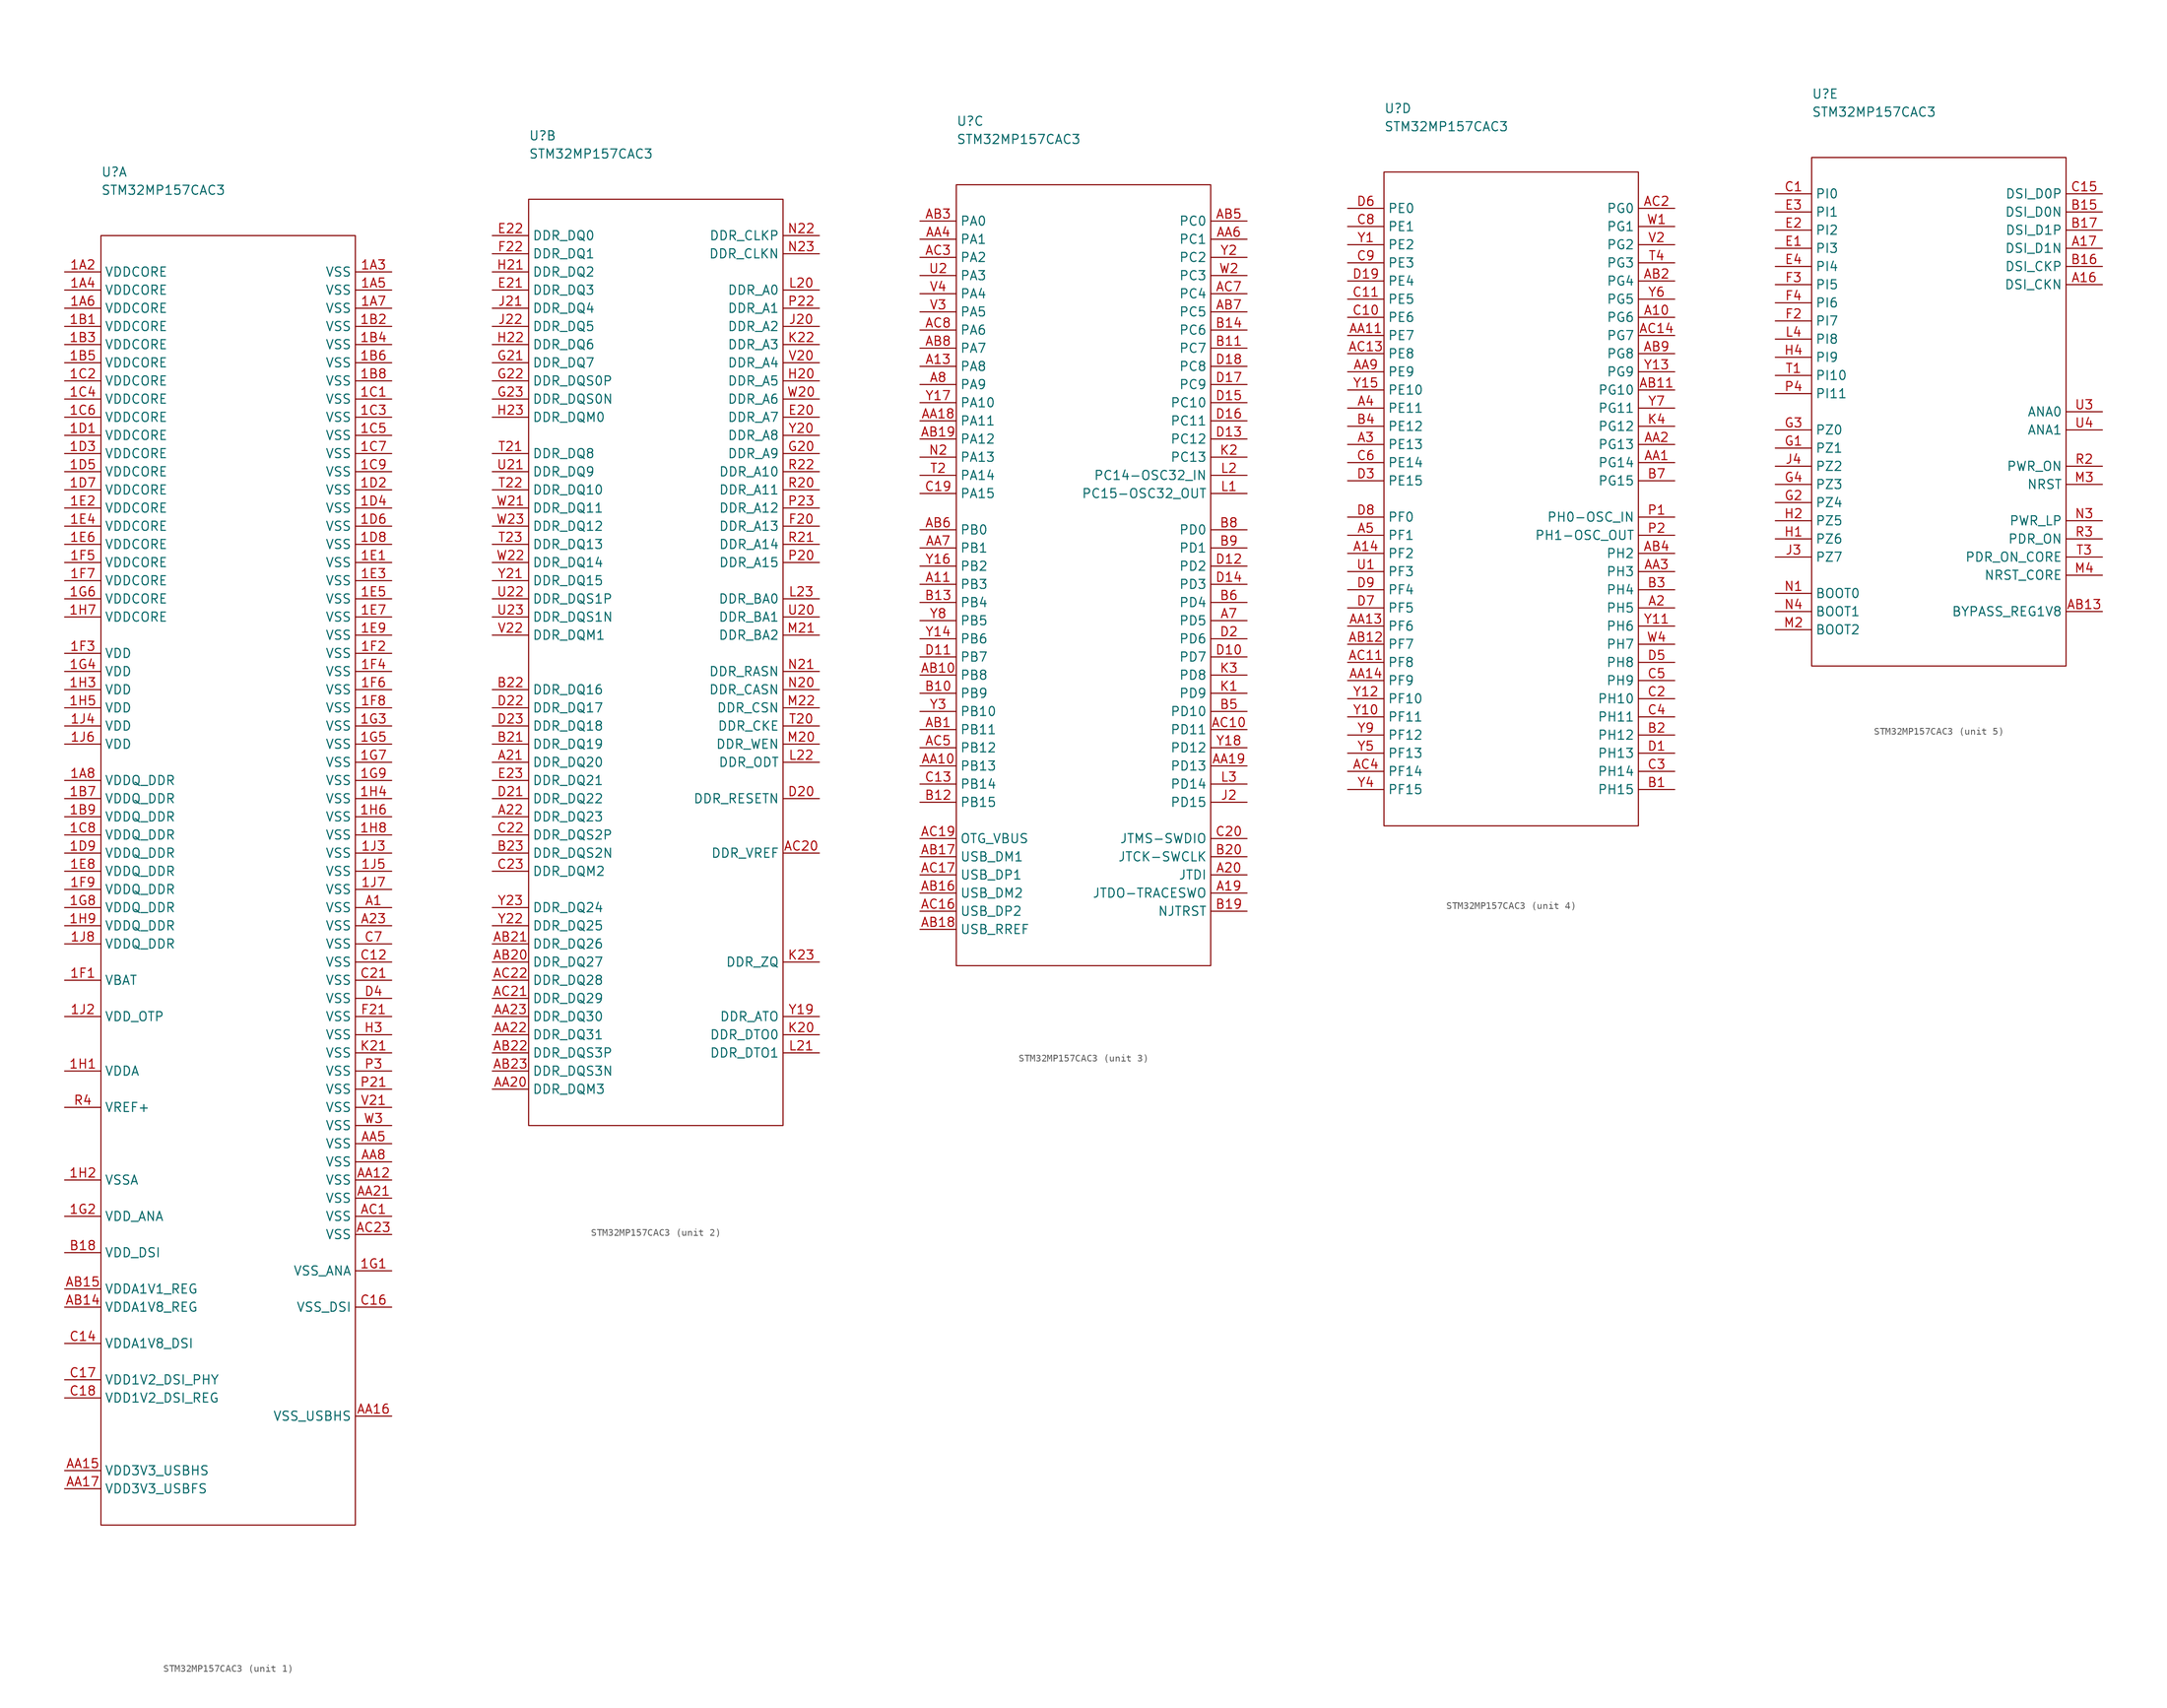
<source format=kicad_sym>
(kicad_symbol_lib
  (version 20211014)
  (generator kicad_symbol_editor)
  (symbol "STM32MP157CAC3"
    (property "Reference" "U"
      (at 0 8.89 0)
      (effects (font (size 1.27 1.27)) (justify left)))
    (property "Value" "STM32MP157CAC3"
      (at 0 6.35 0)
      (effects (font (size 1.27 1.27)) (justify left)))
    (symbol "STM32MP157CAC3_1_1"
      (rectangle (start 0 0) (end 35.56 -180.34) (stroke (width 0.152) (type default) (color 0 0 0 0)) (fill (type none)))
      (pin passive line (at -5.08 -5.08 0) (length 5.08) (name "VDDCORE" (effects (font (size 1.27 1.27)))) (number "1A2" (effects (font (size 1.27 1.27)))))
      (pin passive line (at 40.64 -5.08 180) (length 5.08) (name "VSS" (effects (font (size 1.27 1.27)))) (number "1A3" (effects (font (size 1.27 1.27)))))
      (pin passive line (at -5.08 -7.62 0) (length 5.08) (name "VDDCORE" (effects (font (size 1.27 1.27)))) (number "1A4" (effects (font (size 1.27 1.27)))))
      (pin passive line (at 40.64 -7.62 180) (length 5.08) (name "VSS" (effects (font (size 1.27 1.27)))) (number "1A5" (effects (font (size 1.27 1.27)))))
      (pin passive line (at -5.08 -10.16 0) (length 5.08) (name "VDDCORE" (effects (font (size 1.27 1.27)))) (number "1A6" (effects (font (size 1.27 1.27)))))
      (pin passive line (at 40.64 -10.16 180) (length 5.08) (name "VSS" (effects (font (size 1.27 1.27)))) (number "1A7" (effects (font (size 1.27 1.27)))))
      (pin passive line (at -5.08 -76.2 0) (length 5.08) (name "VDDQ_DDR" (effects (font (size 1.27 1.27)))) (number "1A8" (effects (font (size 1.27 1.27)))))
      (pin passive line (at -5.08 -12.7 0) (length 5.08) (name "VDDCORE" (effects (font (size 1.27 1.27)))) (number "1B1" (effects (font (size 1.27 1.27)))))
      (pin passive line (at 40.64 -12.7 180) (length 5.08) (name "VSS" (effects (font (size 1.27 1.27)))) (number "1B2" (effects (font (size 1.27 1.27)))))
      (pin passive line (at -5.08 -15.24 0) (length 5.08) (name "VDDCORE" (effects (font (size 1.27 1.27)))) (number "1B3" (effects (font (size 1.27 1.27)))))
      (pin passive line (at 40.64 -15.24 180) (length 5.08) (name "VSS" (effects (font (size 1.27 1.27)))) (number "1B4" (effects (font (size 1.27 1.27)))))
      (pin passive line (at -5.08 -17.78 0) (length 5.08) (name "VDDCORE" (effects (font (size 1.27 1.27)))) (number "1B5" (effects (font (size 1.27 1.27)))))
      (pin passive line (at 40.64 -17.78 180) (length 5.08) (name "VSS" (effects (font (size 1.27 1.27)))) (number "1B6" (effects (font (size 1.27 1.27)))))
      (pin passive line (at -5.08 -78.74 0) (length 5.08) (name "VDDQ_DDR" (effects (font (size 1.27 1.27)))) (number "1B7" (effects (font (size 1.27 1.27)))))
      (pin passive line (at 40.64 -20.32 180) (length 5.08) (name "VSS" (effects (font (size 1.27 1.27)))) (number "1B8" (effects (font (size 1.27 1.27)))))
      (pin passive line (at -5.08 -81.28 0) (length 5.08) (name "VDDQ_DDR" (effects (font (size 1.27 1.27)))) (number "1B9" (effects (font (size 1.27 1.27)))))
      (pin passive line (at 40.64 -22.86 180) (length 5.08) (name "VSS" (effects (font (size 1.27 1.27)))) (number "1C1" (effects (font (size 1.27 1.27)))))
      (pin passive line (at -5.08 -20.32 0) (length 5.08) (name "VDDCORE" (effects (font (size 1.27 1.27)))) (number "1C2" (effects (font (size 1.27 1.27)))))
      (pin passive line (at 40.64 -25.4 180) (length 5.08) (name "VSS" (effects (font (size 1.27 1.27)))) (number "1C3" (effects (font (size 1.27 1.27)))))
      (pin passive line (at -5.08 -22.86 0) (length 5.08) (name "VDDCORE" (effects (font (size 1.27 1.27)))) (number "1C4" (effects (font (size 1.27 1.27)))))
      (pin passive line (at 40.64 -27.94 180) (length 5.08) (name "VSS" (effects (font (size 1.27 1.27)))) (number "1C5" (effects (font (size 1.27 1.27)))))
      (pin passive line (at -5.08 -25.4 0) (length 5.08) (name "VDDCORE" (effects (font (size 1.27 1.27)))) (number "1C6" (effects (font (size 1.27 1.27)))))
      (pin passive line (at 40.64 -30.48 180) (length 5.08) (name "VSS" (effects (font (size 1.27 1.27)))) (number "1C7" (effects (font (size 1.27 1.27)))))
      (pin passive line (at -5.08 -83.82 0) (length 5.08) (name "VDDQ_DDR" (effects (font (size 1.27 1.27)))) (number "1C8" (effects (font (size 1.27 1.27)))))
      (pin passive line (at 40.64 -33.02 180) (length 5.08) (name "VSS" (effects (font (size 1.27 1.27)))) (number "1C9" (effects (font (size 1.27 1.27)))))
      (pin passive line (at -5.08 -27.94 0) (length 5.08) (name "VDDCORE" (effects (font (size 1.27 1.27)))) (number "1D1" (effects (font (size 1.27 1.27)))))
      (pin passive line (at 40.64 -35.56 180) (length 5.08) (name "VSS" (effects (font (size 1.27 1.27)))) (number "1D2" (effects (font (size 1.27 1.27)))))
      (pin passive line (at -5.08 -30.48 0) (length 5.08) (name "VDDCORE" (effects (font (size 1.27 1.27)))) (number "1D3" (effects (font (size 1.27 1.27)))))
      (pin passive line (at 40.64 -38.1 180) (length 5.08) (name "VSS" (effects (font (size 1.27 1.27)))) (number "1D4" (effects (font (size 1.27 1.27)))))
      (pin passive line (at -5.08 -33.02 0) (length 5.08) (name "VDDCORE" (effects (font (size 1.27 1.27)))) (number "1D5" (effects (font (size 1.27 1.27)))))
      (pin passive line (at 40.64 -40.64 180) (length 5.08) (name "VSS" (effects (font (size 1.27 1.27)))) (number "1D6" (effects (font (size 1.27 1.27)))))
      (pin passive line (at -5.08 -35.56 0) (length 5.08) (name "VDDCORE" (effects (font (size 1.27 1.27)))) (number "1D7" (effects (font (size 1.27 1.27)))))
      (pin passive line (at 40.64 -43.18 180) (length 5.08) (name "VSS" (effects (font (size 1.27 1.27)))) (number "1D8" (effects (font (size 1.27 1.27)))))
      (pin passive line (at -5.08 -86.36 0) (length 5.08) (name "VDDQ_DDR" (effects (font (size 1.27 1.27)))) (number "1D9" (effects (font (size 1.27 1.27)))))
      (pin passive line (at 40.64 -45.72 180) (length 5.08) (name "VSS" (effects (font (size 1.27 1.27)))) (number "1E1" (effects (font (size 1.27 1.27)))))
      (pin passive line (at -5.08 -38.1 0) (length 5.08) (name "VDDCORE" (effects (font (size 1.27 1.27)))) (number "1E2" (effects (font (size 1.27 1.27)))))
      (pin passive line (at 40.64 -48.26 180) (length 5.08) (name "VSS" (effects (font (size 1.27 1.27)))) (number "1E3" (effects (font (size 1.27 1.27)))))
      (pin passive line (at -5.08 -40.64 0) (length 5.08) (name "VDDCORE" (effects (font (size 1.27 1.27)))) (number "1E4" (effects (font (size 1.27 1.27)))))
      (pin passive line (at 40.64 -50.8 180) (length 5.08) (name "VSS" (effects (font (size 1.27 1.27)))) (number "1E5" (effects (font (size 1.27 1.27)))))
      (pin passive line (at -5.08 -43.18 0) (length 5.08) (name "VDDCORE" (effects (font (size 1.27 1.27)))) (number "1E6" (effects (font (size 1.27 1.27)))))
      (pin passive line (at 40.64 -53.34 180) (length 5.08) (name "VSS" (effects (font (size 1.27 1.27)))) (number "1E7" (effects (font (size 1.27 1.27)))))
      (pin passive line (at -5.08 -88.9 0) (length 5.08) (name "VDDQ_DDR" (effects (font (size 1.27 1.27)))) (number "1E8" (effects (font (size 1.27 1.27)))))
      (pin passive line (at 40.64 -55.88 180) (length 5.08) (name "VSS" (effects (font (size 1.27 1.27)))) (number "1E9" (effects (font (size 1.27 1.27)))))
      (pin passive line (at -5.08 -104.14 0) (length 5.08) (name "VBAT" (effects (font (size 1.27 1.27)))) (number "1F1" (effects (font (size 1.27 1.27)))))
      (pin passive line (at 40.64 -58.42 180) (length 5.08) (name "VSS" (effects (font (size 1.27 1.27)))) (number "1F2" (effects (font (size 1.27 1.27)))))
      (pin passive line (at -5.08 -58.42 0) (length 5.08) (name "VDD" (effects (font (size 1.27 1.27)))) (number "1F3" (effects (font (size 1.27 1.27)))))
      (pin passive line (at 40.64 -60.96 180) (length 5.08) (name "VSS" (effects (font (size 1.27 1.27)))) (number "1F4" (effects (font (size 1.27 1.27)))))
      (pin passive line (at -5.08 -45.72 0) (length 5.08) (name "VDDCORE" (effects (font (size 1.27 1.27)))) (number "1F5" (effects (font (size 1.27 1.27)))))
      (pin passive line (at 40.64 -63.5 180) (length 5.08) (name "VSS" (effects (font (size 1.27 1.27)))) (number "1F6" (effects (font (size 1.27 1.27)))))
      (pin passive line (at -5.08 -48.26 0) (length 5.08) (name "VDDCORE" (effects (font (size 1.27 1.27)))) (number "1F7" (effects (font (size 1.27 1.27)))))
      (pin passive line (at 40.64 -66.04 180) (length 5.08) (name "VSS" (effects (font (size 1.27 1.27)))) (number "1F8" (effects (font (size 1.27 1.27)))))
      (pin passive line (at -5.08 -91.44 0) (length 5.08) (name "VDDQ_DDR" (effects (font (size 1.27 1.27)))) (number "1F9" (effects (font (size 1.27 1.27)))))
      (pin passive line (at 40.64 -144.78 180) (length 5.08) (name "VSS_ANA" (effects (font (size 1.27 1.27)))) (number "1G1" (effects (font (size 1.27 1.27)))))
      (pin passive line (at -5.08 -137.16 0) (length 5.08) (name "VDD_ANA" (effects (font (size 1.27 1.27)))) (number "1G2" (effects (font (size 1.27 1.27)))))
      (pin passive line (at 40.64 -68.58 180) (length 5.08) (name "VSS" (effects (font (size 1.27 1.27)))) (number "1G3" (effects (font (size 1.27 1.27)))))
      (pin passive line (at -5.08 -60.96 0) (length 5.08) (name "VDD" (effects (font (size 1.27 1.27)))) (number "1G4" (effects (font (size 1.27 1.27)))))
      (pin passive line (at 40.64 -71.12 180) (length 5.08) (name "VSS" (effects (font (size 1.27 1.27)))) (number "1G5" (effects (font (size 1.27 1.27)))))
      (pin passive line (at -5.08 -50.8 0) (length 5.08) (name "VDDCORE" (effects (font (size 1.27 1.27)))) (number "1G6" (effects (font (size 1.27 1.27)))))
      (pin passive line (at 40.64 -73.66 180) (length 5.08) (name "VSS" (effects (font (size 1.27 1.27)))) (number "1G7" (effects (font (size 1.27 1.27)))))
      (pin passive line (at -5.08 -93.98 0) (length 5.08) (name "VDDQ_DDR" (effects (font (size 1.27 1.27)))) (number "1G8" (effects (font (size 1.27 1.27)))))
      (pin passive line (at 40.64 -76.2 180) (length 5.08) (name "VSS" (effects (font (size 1.27 1.27)))) (number "1G9" (effects (font (size 1.27 1.27)))))
      (pin passive line (at -5.08 -116.84 0) (length 5.08) (name "VDDA" (effects (font (size 1.27 1.27)))) (number "1H1" (effects (font (size 1.27 1.27)))))
      (pin passive line (at -5.08 -132.08 0) (length 5.08) (name "VSSA" (effects (font (size 1.27 1.27)))) (number "1H2" (effects (font (size 1.27 1.27)))))
      (pin passive line (at -5.08 -63.5 0) (length 5.08) (name "VDD" (effects (font (size 1.27 1.27)))) (number "1H3" (effects (font (size 1.27 1.27)))))
      (pin passive line (at 40.64 -78.74 180) (length 5.08) (name "VSS" (effects (font (size 1.27 1.27)))) (number "1H4" (effects (font (size 1.27 1.27)))))
      (pin passive line (at -5.08 -66.04 0) (length 5.08) (name "VDD" (effects (font (size 1.27 1.27)))) (number "1H5" (effects (font (size 1.27 1.27)))))
      (pin passive line (at 40.64 -81.28 180) (length 5.08) (name "VSS" (effects (font (size 1.27 1.27)))) (number "1H6" (effects (font (size 1.27 1.27)))))
      (pin passive line (at -5.08 -53.34 0) (length 5.08) (name "VDDCORE" (effects (font (size 1.27 1.27)))) (number "1H7" (effects (font (size 1.27 1.27)))))
      (pin passive line (at 40.64 -83.82 180) (length 5.08) (name "VSS" (effects (font (size 1.27 1.27)))) (number "1H8" (effects (font (size 1.27 1.27)))))
      (pin passive line (at -5.08 -96.52 0) (length 5.08) (name "VDDQ_DDR" (effects (font (size 1.27 1.27)))) (number "1H9" (effects (font (size 1.27 1.27)))))
      (pin passive line (at -5.08 -109.22 0) (length 5.08) (name "VDD_OTP" (effects (font (size 1.27 1.27)))) (number "1J2" (effects (font (size 1.27 1.27)))))
      (pin passive line (at 40.64 -86.36 180) (length 5.08) (name "VSS" (effects (font (size 1.27 1.27)))) (number "1J3" (effects (font (size 1.27 1.27)))))
      (pin passive line (at -5.08 -68.58 0) (length 5.08) (name "VDD" (effects (font (size 1.27 1.27)))) (number "1J4" (effects (font (size 1.27 1.27)))))
      (pin passive line (at 40.64 -88.9 180) (length 5.08) (name "VSS" (effects (font (size 1.27 1.27)))) (number "1J5" (effects (font (size 1.27 1.27)))))
      (pin passive line (at -5.08 -71.12 0) (length 5.08) (name "VDD" (effects (font (size 1.27 1.27)))) (number "1J6" (effects (font (size 1.27 1.27)))))
      (pin passive line (at 40.64 -91.44 180) (length 5.08) (name "VSS" (effects (font (size 1.27 1.27)))) (number "1J7" (effects (font (size 1.27 1.27)))))
      (pin passive line (at -5.08 -99.06 0) (length 5.08) (name "VDDQ_DDR" (effects (font (size 1.27 1.27)))) (number "1J8" (effects (font (size 1.27 1.27)))))
      (pin passive line (at 40.64 -93.98 180) (length 5.08) (name "VSS" (effects (font (size 1.27 1.27)))) (number "A1" (effects (font (size 1.27 1.27)))))
      (pin passive line (at 40.64 -96.52 180) (length 5.08) (name "VSS" (effects (font (size 1.27 1.27)))) (number "A23" (effects (font (size 1.27 1.27)))))
      (pin passive line (at 40.64 -132.08 180) (length 5.08) (name "VSS" (effects (font (size 1.27 1.27)))) (number "AA12" (effects (font (size 1.27 1.27)))))
      (pin passive line (at -5.08 -172.72 0) (length 5.08) (name "VDD3V3_USBHS" (effects (font (size 1.27 1.27)))) (number "AA15" (effects (font (size 1.27 1.27)))))
      (pin passive line (at 40.64 -165.1 180) (length 5.08) (name "VSS_USBHS" (effects (font (size 1.27 1.27)))) (number "AA16" (effects (font (size 1.27 1.27)))))
      (pin passive line (at -5.08 -175.26 0) (length 5.08) (name "VDD3V3_USBFS" (effects (font (size 1.27 1.27)))) (number "AA17" (effects (font (size 1.27 1.27)))))
      (pin passive line (at 40.64 -134.62 180) (length 5.08) (name "VSS" (effects (font (size 1.27 1.27)))) (number "AA21" (effects (font (size 1.27 1.27)))))
      (pin passive line (at 40.64 -127 180) (length 5.08) (name "VSS" (effects (font (size 1.27 1.27)))) (number "AA5" (effects (font (size 1.27 1.27)))))
      (pin passive line (at 40.64 -129.54 180) (length 5.08) (name "VSS" (effects (font (size 1.27 1.27)))) (number "AA8" (effects (font (size 1.27 1.27)))))
      (pin passive line (at -5.08 -149.86 0) (length 5.08) (name "VDDA1V8_REG" (effects (font (size 1.27 1.27)))) (number "AB14" (effects (font (size 1.27 1.27)))))
      (pin passive line (at -5.08 -147.32 0) (length 5.08) (name "VDDA1V1_REG" (effects (font (size 1.27 1.27)))) (number "AB15" (effects (font (size 1.27 1.27)))))
      (pin passive line (at 40.64 -137.16 180) (length 5.08) (name "VSS" (effects (font (size 1.27 1.27)))) (number "AC1" (effects (font (size 1.27 1.27)))))
      (pin passive line (at 40.64 -139.7 180) (length 5.08) (name "VSS" (effects (font (size 1.27 1.27)))) (number "AC23" (effects (font (size 1.27 1.27)))))
      (pin passive line (at -5.08 -142.24 0) (length 5.08) (name "VDD_DSI" (effects (font (size 1.27 1.27)))) (number "B18" (effects (font (size 1.27 1.27)))))
      (pin passive line (at 40.64 -101.6 180) (length 5.08) (name "VSS" (effects (font (size 1.27 1.27)))) (number "C12" (effects (font (size 1.27 1.27)))))
      (pin passive line (at -5.08 -154.94 0) (length 5.08) (name "VDDA1V8_DSI" (effects (font (size 1.27 1.27)))) (number "C14" (effects (font (size 1.27 1.27)))))
      (pin passive line (at 40.64 -149.86 180) (length 5.08) (name "VSS_DSI" (effects (font (size 1.27 1.27)))) (number "C16" (effects (font (size 1.27 1.27)))))
      (pin passive line (at -5.08 -160.02 0) (length 5.08) (name "VDD1V2_DSI_PHY" (effects (font (size 1.27 1.27)))) (number "C17" (effects (font (size 1.27 1.27)))))
      (pin passive line (at -5.08 -162.56 0) (length 5.08) (name "VDD1V2_DSI_REG" (effects (font (size 1.27 1.27)))) (number "C18" (effects (font (size 1.27 1.27)))))
      (pin passive line (at 40.64 -104.14 180) (length 5.08) (name "VSS" (effects (font (size 1.27 1.27)))) (number "C21" (effects (font (size 1.27 1.27)))))
      (pin passive line (at 40.64 -99.06 180) (length 5.08) (name "VSS" (effects (font (size 1.27 1.27)))) (number "C7" (effects (font (size 1.27 1.27)))))
      (pin passive line (at 40.64 -106.68 180) (length 5.08) (name "VSS" (effects (font (size 1.27 1.27)))) (number "D4" (effects (font (size 1.27 1.27)))))
      (pin passive line (at 40.64 -109.22 180) (length 5.08) (name "VSS" (effects (font (size 1.27 1.27)))) (number "F21" (effects (font (size 1.27 1.27)))))
      (pin passive line (at 40.64 -111.76 180) (length 5.08) (name "VSS" (effects (font (size 1.27 1.27)))) (number "H3" (effects (font (size 1.27 1.27)))))
      (pin passive line (at 40.64 -114.3 180) (length 5.08) (name "VSS" (effects (font (size 1.27 1.27)))) (number "K21" (effects (font (size 1.27 1.27)))))
      (pin passive line (at 40.64 -119.38 180) (length 5.08) (name "VSS" (effects (font (size 1.27 1.27)))) (number "P21" (effects (font (size 1.27 1.27)))))
      (pin passive line (at 40.64 -116.84 180) (length 5.08) (name "VSS" (effects (font (size 1.27 1.27)))) (number "P3" (effects (font (size 1.27 1.27)))))
      (pin passive line (at -5.08 -121.92 0) (length 5.08) (name "VREF+" (effects (font (size 1.27 1.27)))) (number "R4" (effects (font (size 1.27 1.27)))))
      (pin passive line (at 40.64 -121.92 180) (length 5.08) (name "VSS" (effects (font (size 1.27 1.27)))) (number "V21" (effects (font (size 1.27 1.27)))))
      (pin passive line (at 40.64 -124.46 180) (length 5.08) (name "VSS" (effects (font (size 1.27 1.27)))) (number "W3" (effects (font (size 1.27 1.27))))))
    (symbol "STM32MP157CAC3_2_1"
      (rectangle (start 0 0) (end 35.56 -129.54) (stroke (width 0.152) (type default) (color 0 0 0 0)) (fill (type none)))
      (pin passive line (at -5.08 -78.74 0) (length 5.08) (name "DDR_DQ20" (effects (font (size 1.27 1.27)))) (number "A21" (effects (font (size 1.27 1.27)))))
      (pin passive line (at -5.08 -86.36 0) (length 5.08) (name "DDR_DQ23" (effects (font (size 1.27 1.27)))) (number "A22" (effects (font (size 1.27 1.27)))))
      (pin passive line (at -5.08 -124.46 0) (length 5.08) (name "DDR_DQM3" (effects (font (size 1.27 1.27)))) (number "AA20" (effects (font (size 1.27 1.27)))))
      (pin passive line (at -5.08 -116.84 0) (length 5.08) (name "DDR_DQ31" (effects (font (size 1.27 1.27)))) (number "AA22" (effects (font (size 1.27 1.27)))))
      (pin passive line (at -5.08 -114.3 0) (length 5.08) (name "DDR_DQ30" (effects (font (size 1.27 1.27)))) (number "AA23" (effects (font (size 1.27 1.27)))))
      (pin passive line (at -5.08 -106.68 0) (length 5.08) (name "DDR_DQ27" (effects (font (size 1.27 1.27)))) (number "AB20" (effects (font (size 1.27 1.27)))))
      (pin passive line (at -5.08 -104.14 0) (length 5.08) (name "DDR_DQ26" (effects (font (size 1.27 1.27)))) (number "AB21" (effects (font (size 1.27 1.27)))))
      (pin passive line (at -5.08 -119.38 0) (length 5.08) (name "DDR_DQS3P" (effects (font (size 1.27 1.27)))) (number "AB22" (effects (font (size 1.27 1.27)))))
      (pin passive line (at -5.08 -121.92 0) (length 5.08) (name "DDR_DQS3N" (effects (font (size 1.27 1.27)))) (number "AB23" (effects (font (size 1.27 1.27)))))
      (pin passive line (at 40.64 -91.44 180) (length 5.08) (name "DDR_VREF" (effects (font (size 1.27 1.27)))) (number "AC20" (effects (font (size 1.27 1.27)))))
      (pin passive line (at -5.08 -111.76 0) (length 5.08) (name "DDR_DQ29" (effects (font (size 1.27 1.27)))) (number "AC21" (effects (font (size 1.27 1.27)))))
      (pin passive line (at -5.08 -109.22 0) (length 5.08) (name "DDR_DQ28" (effects (font (size 1.27 1.27)))) (number "AC22" (effects (font (size 1.27 1.27)))))
      (pin passive line (at -5.08 -76.2 0) (length 5.08) (name "DDR_DQ19" (effects (font (size 1.27 1.27)))) (number "B21" (effects (font (size 1.27 1.27)))))
      (pin passive line (at -5.08 -68.58 0) (length 5.08) (name "DDR_DQ16" (effects (font (size 1.27 1.27)))) (number "B22" (effects (font (size 1.27 1.27)))))
      (pin passive line (at -5.08 -91.44 0) (length 5.08) (name "DDR_DQS2N" (effects (font (size 1.27 1.27)))) (number "B23" (effects (font (size 1.27 1.27)))))
      (pin passive line (at -5.08 -88.9 0) (length 5.08) (name "DDR_DQS2P" (effects (font (size 1.27 1.27)))) (number "C22" (effects (font (size 1.27 1.27)))))
      (pin passive line (at -5.08 -93.98 0) (length 5.08) (name "DDR_DQM2" (effects (font (size 1.27 1.27)))) (number "C23" (effects (font (size 1.27 1.27)))))
      (pin passive line (at 40.64 -83.82 180) (length 5.08) (name "DDR_RESETN" (effects (font (size 1.27 1.27)))) (number "D20" (effects (font (size 1.27 1.27)))))
      (pin passive line (at -5.08 -83.82 0) (length 5.08) (name "DDR_DQ22" (effects (font (size 1.27 1.27)))) (number "D21" (effects (font (size 1.27 1.27)))))
      (pin passive line (at -5.08 -71.12 0) (length 5.08) (name "DDR_DQ17" (effects (font (size 1.27 1.27)))) (number "D22" (effects (font (size 1.27 1.27)))))
      (pin passive line (at -5.08 -73.66 0) (length 5.08) (name "DDR_DQ18" (effects (font (size 1.27 1.27)))) (number "D23" (effects (font (size 1.27 1.27)))))
      (pin passive line (at 40.64 -30.48 180) (length 5.08) (name "DDR_A7" (effects (font (size 1.27 1.27)))) (number "E20" (effects (font (size 1.27 1.27)))))
      (pin passive line (at -5.08 -12.7 0) (length 5.08) (name "DDR_DQ3" (effects (font (size 1.27 1.27)))) (number "E21" (effects (font (size 1.27 1.27)))))
      (pin passive line (at -5.08 -5.08 0) (length 5.08) (name "DDR_DQ0" (effects (font (size 1.27 1.27)))) (number "E22" (effects (font (size 1.27 1.27)))))
      (pin passive line (at -5.08 -81.28 0) (length 5.08) (name "DDR_DQ21" (effects (font (size 1.27 1.27)))) (number "E23" (effects (font (size 1.27 1.27)))))
      (pin passive line (at 40.64 -45.72 180) (length 5.08) (name "DDR_A13" (effects (font (size 1.27 1.27)))) (number "F20" (effects (font (size 1.27 1.27)))))
      (pin passive line (at -5.08 -7.62 0) (length 5.08) (name "DDR_DQ1" (effects (font (size 1.27 1.27)))) (number "F22" (effects (font (size 1.27 1.27)))))
      (pin passive line (at 40.64 -35.56 180) (length 5.08) (name "DDR_A9" (effects (font (size 1.27 1.27)))) (number "G20" (effects (font (size 1.27 1.27)))))
      (pin passive line (at -5.08 -22.86 0) (length 5.08) (name "DDR_DQ7" (effects (font (size 1.27 1.27)))) (number "G21" (effects (font (size 1.27 1.27)))))
      (pin passive line (at -5.08 -25.4 0) (length 5.08) (name "DDR_DQS0P" (effects (font (size 1.27 1.27)))) (number "G22" (effects (font (size 1.27 1.27)))))
      (pin passive line (at -5.08 -27.94 0) (length 5.08) (name "DDR_DQS0N" (effects (font (size 1.27 1.27)))) (number "G23" (effects (font (size 1.27 1.27)))))
      (pin passive line (at 40.64 -25.4 180) (length 5.08) (name "DDR_A5" (effects (font (size 1.27 1.27)))) (number "H20" (effects (font (size 1.27 1.27)))))
      (pin passive line (at -5.08 -10.16 0) (length 5.08) (name "DDR_DQ2" (effects (font (size 1.27 1.27)))) (number "H21" (effects (font (size 1.27 1.27)))))
      (pin passive line (at -5.08 -20.32 0) (length 5.08) (name "DDR_DQ6" (effects (font (size 1.27 1.27)))) (number "H22" (effects (font (size 1.27 1.27)))))
      (pin passive line (at -5.08 -30.48 0) (length 5.08) (name "DDR_DQM0" (effects (font (size 1.27 1.27)))) (number "H23" (effects (font (size 1.27 1.27)))))
      (pin passive line (at 40.64 -17.78 180) (length 5.08) (name "DDR_A2" (effects (font (size 1.27 1.27)))) (number "J20" (effects (font (size 1.27 1.27)))))
      (pin passive line (at -5.08 -15.24 0) (length 5.08) (name "DDR_DQ4" (effects (font (size 1.27 1.27)))) (number "J21" (effects (font (size 1.27 1.27)))))
      (pin passive line (at -5.08 -17.78 0) (length 5.08) (name "DDR_DQ5" (effects (font (size 1.27 1.27)))) (number "J22" (effects (font (size 1.27 1.27)))))
      (pin passive line (at 40.64 -116.84 180) (length 5.08) (name "DDR_DTO0" (effects (font (size 1.27 1.27)))) (number "K20" (effects (font (size 1.27 1.27)))))
      (pin passive line (at 40.64 -20.32 180) (length 5.08) (name "DDR_A3" (effects (font (size 1.27 1.27)))) (number "K22" (effects (font (size 1.27 1.27)))))
      (pin passive line (at 40.64 -106.68 180) (length 5.08) (name "DDR_ZQ" (effects (font (size 1.27 1.27)))) (number "K23" (effects (font (size 1.27 1.27)))))
      (pin passive line (at 40.64 -12.7 180) (length 5.08) (name "DDR_A0" (effects (font (size 1.27 1.27)))) (number "L20" (effects (font (size 1.27 1.27)))))
      (pin passive line (at 40.64 -119.38 180) (length 5.08) (name "DDR_DTO1" (effects (font (size 1.27 1.27)))) (number "L21" (effects (font (size 1.27 1.27)))))
      (pin passive line (at 40.64 -78.74 180) (length 5.08) (name "DDR_ODT" (effects (font (size 1.27 1.27)))) (number "L22" (effects (font (size 1.27 1.27)))))
      (pin passive line (at 40.64 -55.88 180) (length 5.08) (name "DDR_BA0" (effects (font (size 1.27 1.27)))) (number "L23" (effects (font (size 1.27 1.27)))))
      (pin passive line (at 40.64 -76.2 180) (length 5.08) (name "DDR_WEN" (effects (font (size 1.27 1.27)))) (number "M20" (effects (font (size 1.27 1.27)))))
      (pin passive line (at 40.64 -60.96 180) (length 5.08) (name "DDR_BA2" (effects (font (size 1.27 1.27)))) (number "M21" (effects (font (size 1.27 1.27)))))
      (pin passive line (at 40.64 -71.12 180) (length 5.08) (name "DDR_CSN" (effects (font (size 1.27 1.27)))) (number "M22" (effects (font (size 1.27 1.27)))))
      (pin passive line (at 40.64 -68.58 180) (length 5.08) (name "DDR_CASN" (effects (font (size 1.27 1.27)))) (number "N20" (effects (font (size 1.27 1.27)))))
      (pin passive line (at 40.64 -66.04 180) (length 5.08) (name "DDR_RASN" (effects (font (size 1.27 1.27)))) (number "N21" (effects (font (size 1.27 1.27)))))
      (pin passive line (at 40.64 -5.08 180) (length 5.08) (name "DDR_CLKP" (effects (font (size 1.27 1.27)))) (number "N22" (effects (font (size 1.27 1.27)))))
      (pin passive line (at 40.64 -7.62 180) (length 5.08) (name "DDR_CLKN" (effects (font (size 1.27 1.27)))) (number "N23" (effects (font (size 1.27 1.27)))))
      (pin passive line (at 40.64 -50.8 180) (length 5.08) (name "DDR_A15" (effects (font (size 1.27 1.27)))) (number "P20" (effects (font (size 1.27 1.27)))))
      (pin passive line (at 40.64 -15.24 180) (length 5.08) (name "DDR_A1" (effects (font (size 1.27 1.27)))) (number "P22" (effects (font (size 1.27 1.27)))))
      (pin passive line (at 40.64 -43.18 180) (length 5.08) (name "DDR_A12" (effects (font (size 1.27 1.27)))) (number "P23" (effects (font (size 1.27 1.27)))))
      (pin passive line (at 40.64 -40.64 180) (length 5.08) (name "DDR_A11" (effects (font (size 1.27 1.27)))) (number "R20" (effects (font (size 1.27 1.27)))))
      (pin passive line (at 40.64 -48.26 180) (length 5.08) (name "DDR_A14" (effects (font (size 1.27 1.27)))) (number "R21" (effects (font (size 1.27 1.27)))))
      (pin passive line (at 40.64 -38.1 180) (length 5.08) (name "DDR_A10" (effects (font (size 1.27 1.27)))) (number "R22" (effects (font (size 1.27 1.27)))))
      (pin passive line (at 40.64 -73.66 180) (length 5.08) (name "DDR_CKE" (effects (font (size 1.27 1.27)))) (number "T20" (effects (font (size 1.27 1.27)))))
      (pin passive line (at -5.08 -35.56 0) (length 5.08) (name "DDR_DQ8" (effects (font (size 1.27 1.27)))) (number "T21" (effects (font (size 1.27 1.27)))))
      (pin passive line (at -5.08 -40.64 0) (length 5.08) (name "DDR_DQ10" (effects (font (size 1.27 1.27)))) (number "T22" (effects (font (size 1.27 1.27)))))
      (pin passive line (at -5.08 -48.26 0) (length 5.08) (name "DDR_DQ13" (effects (font (size 1.27 1.27)))) (number "T23" (effects (font (size 1.27 1.27)))))
      (pin passive line (at 40.64 -58.42 180) (length 5.08) (name "DDR_BA1" (effects (font (size 1.27 1.27)))) (number "U20" (effects (font (size 1.27 1.27)))))
      (pin passive line (at -5.08 -38.1 0) (length 5.08) (name "DDR_DQ9" (effects (font (size 1.27 1.27)))) (number "U21" (effects (font (size 1.27 1.27)))))
      (pin passive line (at -5.08 -55.88 0) (length 5.08) (name "DDR_DQS1P" (effects (font (size 1.27 1.27)))) (number "U22" (effects (font (size 1.27 1.27)))))
      (pin passive line (at -5.08 -58.42 0) (length 5.08) (name "DDR_DQS1N" (effects (font (size 1.27 1.27)))) (number "U23" (effects (font (size 1.27 1.27)))))
      (pin passive line (at 40.64 -22.86 180) (length 5.08) (name "DDR_A4" (effects (font (size 1.27 1.27)))) (number "V20" (effects (font (size 1.27 1.27)))))
      (pin passive line (at -5.08 -60.96 0) (length 5.08) (name "DDR_DQM1" (effects (font (size 1.27 1.27)))) (number "V22" (effects (font (size 1.27 1.27)))))
      (pin passive line (at 40.64 -27.94 180) (length 5.08) (name "DDR_A6" (effects (font (size 1.27 1.27)))) (number "W20" (effects (font (size 1.27 1.27)))))
      (pin passive line (at -5.08 -43.18 0) (length 5.08) (name "DDR_DQ11" (effects (font (size 1.27 1.27)))) (number "W21" (effects (font (size 1.27 1.27)))))
      (pin passive line (at -5.08 -50.8 0) (length 5.08) (name "DDR_DQ14" (effects (font (size 1.27 1.27)))) (number "W22" (effects (font (size 1.27 1.27)))))
      (pin passive line (at -5.08 -45.72 0) (length 5.08) (name "DDR_DQ12" (effects (font (size 1.27 1.27)))) (number "W23" (effects (font (size 1.27 1.27)))))
      (pin passive line (at 40.64 -114.3 180) (length 5.08) (name "DDR_ATO" (effects (font (size 1.27 1.27)))) (number "Y19" (effects (font (size 1.27 1.27)))))
      (pin passive line (at 40.64 -33.02 180) (length 5.08) (name "DDR_A8" (effects (font (size 1.27 1.27)))) (number "Y20" (effects (font (size 1.27 1.27)))))
      (pin passive line (at -5.08 -53.34 0) (length 5.08) (name "DDR_DQ15" (effects (font (size 1.27 1.27)))) (number "Y21" (effects (font (size 1.27 1.27)))))
      (pin passive line (at -5.08 -101.6 0) (length 5.08) (name "DDR_DQ25" (effects (font (size 1.27 1.27)))) (number "Y22" (effects (font (size 1.27 1.27)))))
      (pin passive line (at -5.08 -99.06 0) (length 5.08) (name "DDR_DQ24" (effects (font (size 1.27 1.27)))) (number "Y23" (effects (font (size 1.27 1.27))))))
    (symbol "STM32MP157CAC3_3_1"
      (rectangle (start 0 0) (end 35.56 -109.22) (stroke (width 0.152) (type default) (color 0 0 0 0)) (fill (type none)))
      (pin passive line (at -5.08 -55.88 0) (length 5.08) (name "PB3" (effects (font (size 1.27 1.27)))) (number "A11" (effects (font (size 1.27 1.27)))))
      (pin passive line (at -5.08 -25.4 0) (length 5.08) (name "PA8" (effects (font (size 1.27 1.27)))) (number "A13" (effects (font (size 1.27 1.27)))))
      (pin passive line (at 40.64 -99.06 180) (length 5.08) (name "JTDO-TRACESWO" (effects (font (size 1.27 1.27)))) (number "A19" (effects (font (size 1.27 1.27)))))
      (pin passive line (at 40.64 -96.52 180) (length 5.08) (name "JTDI" (effects (font (size 1.27 1.27)))) (number "A20" (effects (font (size 1.27 1.27)))))
      (pin passive line (at 40.64 -60.96 180) (length 5.08) (name "PD5" (effects (font (size 1.27 1.27)))) (number "A7" (effects (font (size 1.27 1.27)))))
      (pin passive line (at -5.08 -27.94 0) (length 5.08) (name "PA9" (effects (font (size 1.27 1.27)))) (number "A8" (effects (font (size 1.27 1.27)))))
      (pin passive line (at -5.08 -81.28 0) (length 5.08) (name "PB13" (effects (font (size 1.27 1.27)))) (number "AA10" (effects (font (size 1.27 1.27)))))
      (pin passive line (at -5.08 -33.02 0) (length 5.08) (name "PA11" (effects (font (size 1.27 1.27)))) (number "AA18" (effects (font (size 1.27 1.27)))))
      (pin passive line (at 40.64 -81.28 180) (length 5.08) (name "PD13" (effects (font (size 1.27 1.27)))) (number "AA19" (effects (font (size 1.27 1.27)))))
      (pin passive line (at -5.08 -7.62 0) (length 5.08) (name "PA1" (effects (font (size 1.27 1.27)))) (number "AA4" (effects (font (size 1.27 1.27)))))
      (pin passive line (at 40.64 -7.62 180) (length 5.08) (name "PC1" (effects (font (size 1.27 1.27)))) (number "AA6" (effects (font (size 1.27 1.27)))))
      (pin passive line (at -5.08 -50.8 0) (length 5.08) (name "PB1" (effects (font (size 1.27 1.27)))) (number "AA7" (effects (font (size 1.27 1.27)))))
      (pin passive line (at -5.08 -76.2 0) (length 5.08) (name "PB11" (effects (font (size 1.27 1.27)))) (number "AB1" (effects (font (size 1.27 1.27)))))
      (pin passive line (at -5.08 -68.58 0) (length 5.08) (name "PB8" (effects (font (size 1.27 1.27)))) (number "AB10" (effects (font (size 1.27 1.27)))))
      (pin passive line (at -5.08 -99.06 0) (length 5.08) (name "USB_DM2" (effects (font (size 1.27 1.27)))) (number "AB16" (effects (font (size 1.27 1.27)))))
      (pin passive line (at -5.08 -93.98 0) (length 5.08) (name "USB_DM1" (effects (font (size 1.27 1.27)))) (number "AB17" (effects (font (size 1.27 1.27)))))
      (pin passive line (at -5.08 -104.14 0) (length 5.08) (name "USB_RREF" (effects (font (size 1.27 1.27)))) (number "AB18" (effects (font (size 1.27 1.27)))))
      (pin passive line (at -5.08 -35.56 0) (length 5.08) (name "PA12" (effects (font (size 1.27 1.27)))) (number "AB19" (effects (font (size 1.27 1.27)))))
      (pin passive line (at -5.08 -5.08 0) (length 5.08) (name "PA0" (effects (font (size 1.27 1.27)))) (number "AB3" (effects (font (size 1.27 1.27)))))
      (pin passive line (at 40.64 -5.08 180) (length 5.08) (name "PC0" (effects (font (size 1.27 1.27)))) (number "AB5" (effects (font (size 1.27 1.27)))))
      (pin passive line (at -5.08 -48.26 0) (length 5.08) (name "PB0" (effects (font (size 1.27 1.27)))) (number "AB6" (effects (font (size 1.27 1.27)))))
      (pin passive line (at 40.64 -17.78 180) (length 5.08) (name "PC5" (effects (font (size 1.27 1.27)))) (number "AB7" (effects (font (size 1.27 1.27)))))
      (pin passive line (at -5.08 -22.86 0) (length 5.08) (name "PA7" (effects (font (size 1.27 1.27)))) (number "AB8" (effects (font (size 1.27 1.27)))))
      (pin passive line (at 40.64 -76.2 180) (length 5.08) (name "PD11" (effects (font (size 1.27 1.27)))) (number "AC10" (effects (font (size 1.27 1.27)))))
      (pin passive line (at -5.08 -101.6 0) (length 5.08) (name "USB_DP2" (effects (font (size 1.27 1.27)))) (number "AC16" (effects (font (size 1.27 1.27)))))
      (pin passive line (at -5.08 -96.52 0) (length 5.08) (name "USB_DP1" (effects (font (size 1.27 1.27)))) (number "AC17" (effects (font (size 1.27 1.27)))))
      (pin passive line (at -5.08 -91.44 0) (length 5.08) (name "OTG_VBUS" (effects (font (size 1.27 1.27)))) (number "AC19" (effects (font (size 1.27 1.27)))))
      (pin passive line (at -5.08 -10.16 0) (length 5.08) (name "PA2" (effects (font (size 1.27 1.27)))) (number "AC3" (effects (font (size 1.27 1.27)))))
      (pin passive line (at -5.08 -78.74 0) (length 5.08) (name "PB12" (effects (font (size 1.27 1.27)))) (number "AC5" (effects (font (size 1.27 1.27)))))
      (pin passive line (at 40.64 -15.24 180) (length 5.08) (name "PC4" (effects (font (size 1.27 1.27)))) (number "AC7" (effects (font (size 1.27 1.27)))))
      (pin passive line (at -5.08 -20.32 0) (length 5.08) (name "PA6" (effects (font (size 1.27 1.27)))) (number "AC8" (effects (font (size 1.27 1.27)))))
      (pin passive line (at -5.08 -71.12 0) (length 5.08) (name "PB9" (effects (font (size 1.27 1.27)))) (number "B10" (effects (font (size 1.27 1.27)))))
      (pin passive line (at 40.64 -22.86 180) (length 5.08) (name "PC7" (effects (font (size 1.27 1.27)))) (number "B11" (effects (font (size 1.27 1.27)))))
      (pin passive line (at -5.08 -86.36 0) (length 5.08) (name "PB15" (effects (font (size 1.27 1.27)))) (number "B12" (effects (font (size 1.27 1.27)))))
      (pin passive line (at -5.08 -58.42 0) (length 5.08) (name "PB4" (effects (font (size 1.27 1.27)))) (number "B13" (effects (font (size 1.27 1.27)))))
      (pin passive line (at 40.64 -20.32 180) (length 5.08) (name "PC6" (effects (font (size 1.27 1.27)))) (number "B14" (effects (font (size 1.27 1.27)))))
      (pin passive line (at 40.64 -101.6 180) (length 5.08) (name "NJTRST" (effects (font (size 1.27 1.27)))) (number "B19" (effects (font (size 1.27 1.27)))))
      (pin passive line (at 40.64 -93.98 180) (length 5.08) (name "JTCK-SWCLK" (effects (font (size 1.27 1.27)))) (number "B20" (effects (font (size 1.27 1.27)))))
      (pin passive line (at 40.64 -73.66 180) (length 5.08) (name "PD10" (effects (font (size 1.27 1.27)))) (number "B5" (effects (font (size 1.27 1.27)))))
      (pin passive line (at 40.64 -58.42 180) (length 5.08) (name "PD4" (effects (font (size 1.27 1.27)))) (number "B6" (effects (font (size 1.27 1.27)))))
      (pin passive line (at 40.64 -48.26 180) (length 5.08) (name "PD0" (effects (font (size 1.27 1.27)))) (number "B8" (effects (font (size 1.27 1.27)))))
      (pin passive line (at 40.64 -50.8 180) (length 5.08) (name "PD1" (effects (font (size 1.27 1.27)))) (number "B9" (effects (font (size 1.27 1.27)))))
      (pin passive line (at -5.08 -83.82 0) (length 5.08) (name "PB14" (effects (font (size 1.27 1.27)))) (number "C13" (effects (font (size 1.27 1.27)))))
      (pin passive line (at -5.08 -43.18 0) (length 5.08) (name "PA15" (effects (font (size 1.27 1.27)))) (number "C19" (effects (font (size 1.27 1.27)))))
      (pin passive line (at 40.64 -91.44 180) (length 5.08) (name "JTMS-SWDIO" (effects (font (size 1.27 1.27)))) (number "C20" (effects (font (size 1.27 1.27)))))
      (pin passive line (at 40.64 -66.04 180) (length 5.08) (name "PD7" (effects (font (size 1.27 1.27)))) (number "D10" (effects (font (size 1.27 1.27)))))
      (pin passive line (at -5.08 -66.04 0) (length 5.08) (name "PB7" (effects (font (size 1.27 1.27)))) (number "D11" (effects (font (size 1.27 1.27)))))
      (pin passive line (at 40.64 -53.34 180) (length 5.08) (name "PD2" (effects (font (size 1.27 1.27)))) (number "D12" (effects (font (size 1.27 1.27)))))
      (pin passive line (at 40.64 -35.56 180) (length 5.08) (name "PC12" (effects (font (size 1.27 1.27)))) (number "D13" (effects (font (size 1.27 1.27)))))
      (pin passive line (at 40.64 -55.88 180) (length 5.08) (name "PD3" (effects (font (size 1.27 1.27)))) (number "D14" (effects (font (size 1.27 1.27)))))
      (pin passive line (at 40.64 -30.48 180) (length 5.08) (name "PC10" (effects (font (size 1.27 1.27)))) (number "D15" (effects (font (size 1.27 1.27)))))
      (pin passive line (at 40.64 -33.02 180) (length 5.08) (name "PC11" (effects (font (size 1.27 1.27)))) (number "D16" (effects (font (size 1.27 1.27)))))
      (pin passive line (at 40.64 -27.94 180) (length 5.08) (name "PC9" (effects (font (size 1.27 1.27)))) (number "D17" (effects (font (size 1.27 1.27)))))
      (pin passive line (at 40.64 -25.4 180) (length 5.08) (name "PC8" (effects (font (size 1.27 1.27)))) (number "D18" (effects (font (size 1.27 1.27)))))
      (pin passive line (at 40.64 -63.5 180) (length 5.08) (name "PD6" (effects (font (size 1.27 1.27)))) (number "D2" (effects (font (size 1.27 1.27)))))
      (pin passive line (at 40.64 -86.36 180) (length 5.08) (name "PD15" (effects (font (size 1.27 1.27)))) (number "J2" (effects (font (size 1.27 1.27)))))
      (pin passive line (at 40.64 -71.12 180) (length 5.08) (name "PD9" (effects (font (size 1.27 1.27)))) (number "K1" (effects (font (size 1.27 1.27)))))
      (pin passive line (at 40.64 -38.1 180) (length 5.08) (name "PC13" (effects (font (size 1.27 1.27)))) (number "K2" (effects (font (size 1.27 1.27)))))
      (pin passive line (at 40.64 -68.58 180) (length 5.08) (name "PD8" (effects (font (size 1.27 1.27)))) (number "K3" (effects (font (size 1.27 1.27)))))
      (pin passive line (at 40.64 -43.18 180) (length 5.08) (name "PC15-OSC32_OUT" (effects (font (size 1.27 1.27)))) (number "L1" (effects (font (size 1.27 1.27)))))
      (pin passive line (at 40.64 -40.64 180) (length 5.08) (name "PC14-OSC32_IN" (effects (font (size 1.27 1.27)))) (number "L2" (effects (font (size 1.27 1.27)))))
      (pin passive line (at 40.64 -83.82 180) (length 5.08) (name "PD14" (effects (font (size 1.27 1.27)))) (number "L3" (effects (font (size 1.27 1.27)))))
      (pin passive line (at -5.08 -38.1 0) (length 5.08) (name "PA13" (effects (font (size 1.27 1.27)))) (number "N2" (effects (font (size 1.27 1.27)))))
      (pin passive line (at -5.08 -40.64 0) (length 5.08) (name "PA14" (effects (font (size 1.27 1.27)))) (number "T2" (effects (font (size 1.27 1.27)))))
      (pin passive line (at -5.08 -12.7 0) (length 5.08) (name "PA3" (effects (font (size 1.27 1.27)))) (number "U2" (effects (font (size 1.27 1.27)))))
      (pin passive line (at -5.08 -17.78 0) (length 5.08) (name "PA5" (effects (font (size 1.27 1.27)))) (number "V3" (effects (font (size 1.27 1.27)))))
      (pin passive line (at -5.08 -15.24 0) (length 5.08) (name "PA4" (effects (font (size 1.27 1.27)))) (number "V4" (effects (font (size 1.27 1.27)))))
      (pin passive line (at 40.64 -12.7 180) (length 5.08) (name "PC3" (effects (font (size 1.27 1.27)))) (number "W2" (effects (font (size 1.27 1.27)))))
      (pin passive line (at -5.08 -63.5 0) (length 5.08) (name "PB6" (effects (font (size 1.27 1.27)))) (number "Y14" (effects (font (size 1.27 1.27)))))
      (pin passive line (at -5.08 -53.34 0) (length 5.08) (name "PB2" (effects (font (size 1.27 1.27)))) (number "Y16" (effects (font (size 1.27 1.27)))))
      (pin passive line (at -5.08 -30.48 0) (length 5.08) (name "PA10" (effects (font (size 1.27 1.27)))) (number "Y17" (effects (font (size 1.27 1.27)))))
      (pin passive line (at 40.64 -78.74 180) (length 5.08) (name "PD12" (effects (font (size 1.27 1.27)))) (number "Y18" (effects (font (size 1.27 1.27)))))
      (pin passive line (at 40.64 -10.16 180) (length 5.08) (name "PC2" (effects (font (size 1.27 1.27)))) (number "Y2" (effects (font (size 1.27 1.27)))))
      (pin passive line (at -5.08 -73.66 0) (length 5.08) (name "PB10" (effects (font (size 1.27 1.27)))) (number "Y3" (effects (font (size 1.27 1.27)))))
      (pin passive line (at -5.08 -60.96 0) (length 5.08) (name "PB5" (effects (font (size 1.27 1.27)))) (number "Y8" (effects (font (size 1.27 1.27))))))
    (symbol "STM32MP157CAC3_4_1"
      (rectangle (start 0 0) (end 35.56 -91.44) (stroke (width 0.152) (type default) (color 0 0 0 0)) (fill (type none)))
      (pin passive line (at 40.64 -20.32 180) (length 5.08) (name "PG6" (effects (font (size 1.27 1.27)))) (number "A10" (effects (font (size 1.27 1.27)))))
      (pin passive line (at -5.08 -53.34 0) (length 5.08) (name "PF2" (effects (font (size 1.27 1.27)))) (number "A14" (effects (font (size 1.27 1.27)))))
      (pin passive line (at 40.64 -60.96 180) (length 5.08) (name "PH5" (effects (font (size 1.27 1.27)))) (number "A2" (effects (font (size 1.27 1.27)))))
      (pin passive line (at -5.08 -38.1 0) (length 5.08) (name "PE13" (effects (font (size 1.27 1.27)))) (number "A3" (effects (font (size 1.27 1.27)))))
      (pin passive line (at -5.08 -33.02 0) (length 5.08) (name "PE11" (effects (font (size 1.27 1.27)))) (number "A4" (effects (font (size 1.27 1.27)))))
      (pin passive line (at -5.08 -50.8 0) (length 5.08) (name "PF1" (effects (font (size 1.27 1.27)))) (number "A5" (effects (font (size 1.27 1.27)))))
      (pin passive line (at 40.64 -40.64 180) (length 5.08) (name "PG14" (effects (font (size 1.27 1.27)))) (number "AA1" (effects (font (size 1.27 1.27)))))
      (pin passive line (at -5.08 -22.86 0) (length 5.08) (name "PE7" (effects (font (size 1.27 1.27)))) (number "AA11" (effects (font (size 1.27 1.27)))))
      (pin passive line (at -5.08 -63.5 0) (length 5.08) (name "PF6" (effects (font (size 1.27 1.27)))) (number "AA13" (effects (font (size 1.27 1.27)))))
      (pin passive line (at -5.08 -71.12 0) (length 5.08) (name "PF9" (effects (font (size 1.27 1.27)))) (number "AA14" (effects (font (size 1.27 1.27)))))
      (pin passive line (at 40.64 -38.1 180) (length 5.08) (name "PG13" (effects (font (size 1.27 1.27)))) (number "AA2" (effects (font (size 1.27 1.27)))))
      (pin passive line (at 40.64 -55.88 180) (length 5.08) (name "PH3" (effects (font (size 1.27 1.27)))) (number "AA3" (effects (font (size 1.27 1.27)))))
      (pin passive line (at -5.08 -27.94 0) (length 5.08) (name "PE9" (effects (font (size 1.27 1.27)))) (number "AA9" (effects (font (size 1.27 1.27)))))
      (pin passive line (at 40.64 -30.48 180) (length 5.08) (name "PG10" (effects (font (size 1.27 1.27)))) (number "AB11" (effects (font (size 1.27 1.27)))))
      (pin passive line (at -5.08 -66.04 0) (length 5.08) (name "PF7" (effects (font (size 1.27 1.27)))) (number "AB12" (effects (font (size 1.27 1.27)))))
      (pin passive line (at 40.64 -15.24 180) (length 5.08) (name "PG4" (effects (font (size 1.27 1.27)))) (number "AB2" (effects (font (size 1.27 1.27)))))
      (pin passive line (at 40.64 -53.34 180) (length 5.08) (name "PH2" (effects (font (size 1.27 1.27)))) (number "AB4" (effects (font (size 1.27 1.27)))))
      (pin passive line (at 40.64 -25.4 180) (length 5.08) (name "PG8" (effects (font (size 1.27 1.27)))) (number "AB9" (effects (font (size 1.27 1.27)))))
      (pin passive line (at -5.08 -68.58 0) (length 5.08) (name "PF8" (effects (font (size 1.27 1.27)))) (number "AC11" (effects (font (size 1.27 1.27)))))
      (pin passive line (at -5.08 -25.4 0) (length 5.08) (name "PE8" (effects (font (size 1.27 1.27)))) (number "AC13" (effects (font (size 1.27 1.27)))))
      (pin passive line (at 40.64 -22.86 180) (length 5.08) (name "PG7" (effects (font (size 1.27 1.27)))) (number "AC14" (effects (font (size 1.27 1.27)))))
      (pin passive line (at 40.64 -5.08 180) (length 5.08) (name "PG0" (effects (font (size 1.27 1.27)))) (number "AC2" (effects (font (size 1.27 1.27)))))
      (pin passive line (at -5.08 -83.82 0) (length 5.08) (name "PF14" (effects (font (size 1.27 1.27)))) (number "AC4" (effects (font (size 1.27 1.27)))))
      (pin passive line (at 40.64 -86.36 180) (length 5.08) (name "PH15" (effects (font (size 1.27 1.27)))) (number "B1" (effects (font (size 1.27 1.27)))))
      (pin passive line (at 40.64 -78.74 180) (length 5.08) (name "PH12" (effects (font (size 1.27 1.27)))) (number "B2" (effects (font (size 1.27 1.27)))))
      (pin passive line (at 40.64 -58.42 180) (length 5.08) (name "PH4" (effects (font (size 1.27 1.27)))) (number "B3" (effects (font (size 1.27 1.27)))))
      (pin passive line (at -5.08 -35.56 0) (length 5.08) (name "PE12" (effects (font (size 1.27 1.27)))) (number "B4" (effects (font (size 1.27 1.27)))))
      (pin passive line (at 40.64 -43.18 180) (length 5.08) (name "PG15" (effects (font (size 1.27 1.27)))) (number "B7" (effects (font (size 1.27 1.27)))))
      (pin passive line (at -5.08 -20.32 0) (length 5.08) (name "PE6" (effects (font (size 1.27 1.27)))) (number "C10" (effects (font (size 1.27 1.27)))))
      (pin passive line (at -5.08 -17.78 0) (length 5.08) (name "PE5" (effects (font (size 1.27 1.27)))) (number "C11" (effects (font (size 1.27 1.27)))))
      (pin passive line (at 40.64 -73.66 180) (length 5.08) (name "PH10" (effects (font (size 1.27 1.27)))) (number "C2" (effects (font (size 1.27 1.27)))))
      (pin passive line (at 40.64 -83.82 180) (length 5.08) (name "PH14" (effects (font (size 1.27 1.27)))) (number "C3" (effects (font (size 1.27 1.27)))))
      (pin passive line (at 40.64 -76.2 180) (length 5.08) (name "PH11" (effects (font (size 1.27 1.27)))) (number "C4" (effects (font (size 1.27 1.27)))))
      (pin passive line (at 40.64 -71.12 180) (length 5.08) (name "PH9" (effects (font (size 1.27 1.27)))) (number "C5" (effects (font (size 1.27 1.27)))))
      (pin passive line (at -5.08 -40.64 0) (length 5.08) (name "PE14" (effects (font (size 1.27 1.27)))) (number "C6" (effects (font (size 1.27 1.27)))))
      (pin passive line (at -5.08 -7.62 0) (length 5.08) (name "PE1" (effects (font (size 1.27 1.27)))) (number "C8" (effects (font (size 1.27 1.27)))))
      (pin passive line (at -5.08 -12.7 0) (length 5.08) (name "PE3" (effects (font (size 1.27 1.27)))) (number "C9" (effects (font (size 1.27 1.27)))))
      (pin passive line (at 40.64 -81.28 180) (length 5.08) (name "PH13" (effects (font (size 1.27 1.27)))) (number "D1" (effects (font (size 1.27 1.27)))))
      (pin passive line (at -5.08 -15.24 0) (length 5.08) (name "PE4" (effects (font (size 1.27 1.27)))) (number "D19" (effects (font (size 1.27 1.27)))))
      (pin passive line (at -5.08 -43.18 0) (length 5.08) (name "PE15" (effects (font (size 1.27 1.27)))) (number "D3" (effects (font (size 1.27 1.27)))))
      (pin passive line (at 40.64 -68.58 180) (length 5.08) (name "PH8" (effects (font (size 1.27 1.27)))) (number "D5" (effects (font (size 1.27 1.27)))))
      (pin passive line (at -5.08 -5.08 0) (length 5.08) (name "PE0" (effects (font (size 1.27 1.27)))) (number "D6" (effects (font (size 1.27 1.27)))))
      (pin passive line (at -5.08 -60.96 0) (length 5.08) (name "PF5" (effects (font (size 1.27 1.27)))) (number "D7" (effects (font (size 1.27 1.27)))))
      (pin passive line (at -5.08 -48.26 0) (length 5.08) (name "PF0" (effects (font (size 1.27 1.27)))) (number "D8" (effects (font (size 1.27 1.27)))))
      (pin passive line (at -5.08 -58.42 0) (length 5.08) (name "PF4" (effects (font (size 1.27 1.27)))) (number "D9" (effects (font (size 1.27 1.27)))))
      (pin passive line (at 40.64 -35.56 180) (length 5.08) (name "PG12" (effects (font (size 1.27 1.27)))) (number "K4" (effects (font (size 1.27 1.27)))))
      (pin passive line (at 40.64 -48.26 180) (length 5.08) (name "PH0-OSC_IN" (effects (font (size 1.27 1.27)))) (number "P1" (effects (font (size 1.27 1.27)))))
      (pin passive line (at 40.64 -50.8 180) (length 5.08) (name "PH1-OSC_OUT" (effects (font (size 1.27 1.27)))) (number "P2" (effects (font (size 1.27 1.27)))))
      (pin passive line (at 40.64 -12.7 180) (length 5.08) (name "PG3" (effects (font (size 1.27 1.27)))) (number "T4" (effects (font (size 1.27 1.27)))))
      (pin passive line (at -5.08 -55.88 0) (length 5.08) (name "PF3" (effects (font (size 1.27 1.27)))) (number "U1" (effects (font (size 1.27 1.27)))))
      (pin passive line (at 40.64 -10.16 180) (length 5.08) (name "PG2" (effects (font (size 1.27 1.27)))) (number "V2" (effects (font (size 1.27 1.27)))))
      (pin passive line (at 40.64 -7.62 180) (length 5.08) (name "PG1" (effects (font (size 1.27 1.27)))) (number "W1" (effects (font (size 1.27 1.27)))))
      (pin passive line (at 40.64 -66.04 180) (length 5.08) (name "PH7" (effects (font (size 1.27 1.27)))) (number "W4" (effects (font (size 1.27 1.27)))))
      (pin passive line (at -5.08 -10.16 0) (length 5.08) (name "PE2" (effects (font (size 1.27 1.27)))) (number "Y1" (effects (font (size 1.27 1.27)))))
      (pin passive line (at -5.08 -76.2 0) (length 5.08) (name "PF11" (effects (font (size 1.27 1.27)))) (number "Y10" (effects (font (size 1.27 1.27)))))
      (pin passive line (at 40.64 -63.5 180) (length 5.08) (name "PH6" (effects (font (size 1.27 1.27)))) (number "Y11" (effects (font (size 1.27 1.27)))))
      (pin passive line (at -5.08 -73.66 0) (length 5.08) (name "PF10" (effects (font (size 1.27 1.27)))) (number "Y12" (effects (font (size 1.27 1.27)))))
      (pin passive line (at 40.64 -27.94 180) (length 5.08) (name "PG9" (effects (font (size 1.27 1.27)))) (number "Y13" (effects (font (size 1.27 1.27)))))
      (pin passive line (at -5.08 -30.48 0) (length 5.08) (name "PE10" (effects (font (size 1.27 1.27)))) (number "Y15" (effects (font (size 1.27 1.27)))))
      (pin passive line (at -5.08 -86.36 0) (length 5.08) (name "PF15" (effects (font (size 1.27 1.27)))) (number "Y4" (effects (font (size 1.27 1.27)))))
      (pin passive line (at -5.08 -81.28 0) (length 5.08) (name "PF13" (effects (font (size 1.27 1.27)))) (number "Y5" (effects (font (size 1.27 1.27)))))
      (pin passive line (at 40.64 -17.78 180) (length 5.08) (name "PG5" (effects (font (size 1.27 1.27)))) (number "Y6" (effects (font (size 1.27 1.27)))))
      (pin passive line (at 40.64 -33.02 180) (length 5.08) (name "PG11" (effects (font (size 1.27 1.27)))) (number "Y7" (effects (font (size 1.27 1.27)))))
      (pin passive line (at -5.08 -78.74 0) (length 5.08) (name "PF12" (effects (font (size 1.27 1.27)))) (number "Y9" (effects (font (size 1.27 1.27))))))
    (symbol "STM32MP157CAC3_5_1"
      (rectangle (start 0 0) (end 35.56 -71.12) (stroke (width 0.152) (type default) (color 0 0 0 0)) (fill (type none)))
      (pin passive line (at 40.64 -17.78 180) (length 5.08) (name "DSI_CKN" (effects (font (size 1.27 1.27)))) (number "A16" (effects (font (size 1.27 1.27)))))
      (pin passive line (at 40.64 -12.7 180) (length 5.08) (name "DSI_D1N" (effects (font (size 1.27 1.27)))) (number "A17" (effects (font (size 1.27 1.27)))))
      (pin passive line (at 40.64 -63.5 180) (length 5.08) (name "BYPASS_REG1V8" (effects (font (size 1.27 1.27)))) (number "AB13" (effects (font (size 1.27 1.27)))))
      (pin passive line (at 40.64 -7.62 180) (length 5.08) (name "DSI_D0N" (effects (font (size 1.27 1.27)))) (number "B15" (effects (font (size 1.27 1.27)))))
      (pin passive line (at 40.64 -15.24 180) (length 5.08) (name "DSI_CKP" (effects (font (size 1.27 1.27)))) (number "B16" (effects (font (size 1.27 1.27)))))
      (pin passive line (at 40.64 -10.16 180) (length 5.08) (name "DSI_D1P" (effects (font (size 1.27 1.27)))) (number "B17" (effects (font (size 1.27 1.27)))))
      (pin passive line (at -5.08 -5.08 0) (length 5.08) (name "PI0" (effects (font (size 1.27 1.27)))) (number "C1" (effects (font (size 1.27 1.27)))))
      (pin passive line (at 40.64 -5.08 180) (length 5.08) (name "DSI_D0P" (effects (font (size 1.27 1.27)))) (number "C15" (effects (font (size 1.27 1.27)))))
      (pin passive line (at -5.08 -12.7 0) (length 5.08) (name "PI3" (effects (font (size 1.27 1.27)))) (number "E1" (effects (font (size 1.27 1.27)))))
      (pin passive line (at -5.08 -10.16 0) (length 5.08) (name "PI2" (effects (font (size 1.27 1.27)))) (number "E2" (effects (font (size 1.27 1.27)))))
      (pin passive line (at -5.08 -7.62 0) (length 5.08) (name "PI1" (effects (font (size 1.27 1.27)))) (number "E3" (effects (font (size 1.27 1.27)))))
      (pin passive line (at -5.08 -15.24 0) (length 5.08) (name "PI4" (effects (font (size 1.27 1.27)))) (number "E4" (effects (font (size 1.27 1.27)))))
      (pin passive line (at -5.08 -22.86 0) (length 5.08) (name "PI7" (effects (font (size 1.27 1.27)))) (number "F2" (effects (font (size 1.27 1.27)))))
      (pin passive line (at -5.08 -17.78 0) (length 5.08) (name "PI5" (effects (font (size 1.27 1.27)))) (number "F3" (effects (font (size 1.27 1.27)))))
      (pin passive line (at -5.08 -20.32 0) (length 5.08) (name "PI6" (effects (font (size 1.27 1.27)))) (number "F4" (effects (font (size 1.27 1.27)))))
      (pin passive line (at -5.08 -40.64 0) (length 5.08) (name "PZ1" (effects (font (size 1.27 1.27)))) (number "G1" (effects (font (size 1.27 1.27)))))
      (pin passive line (at -5.08 -48.26 0) (length 5.08) (name "PZ4" (effects (font (size 1.27 1.27)))) (number "G2" (effects (font (size 1.27 1.27)))))
      (pin passive line (at -5.08 -38.1 0) (length 5.08) (name "PZ0" (effects (font (size 1.27 1.27)))) (number "G3" (effects (font (size 1.27 1.27)))))
      (pin passive line (at -5.08 -45.72 0) (length 5.08) (name "PZ3" (effects (font (size 1.27 1.27)))) (number "G4" (effects (font (size 1.27 1.27)))))
      (pin passive line (at -5.08 -53.34 0) (length 5.08) (name "PZ6" (effects (font (size 1.27 1.27)))) (number "H1" (effects (font (size 1.27 1.27)))))
      (pin passive line (at -5.08 -50.8 0) (length 5.08) (name "PZ5" (effects (font (size 1.27 1.27)))) (number "H2" (effects (font (size 1.27 1.27)))))
      (pin passive line (at -5.08 -27.94 0) (length 5.08) (name "PI9" (effects (font (size 1.27 1.27)))) (number "H4" (effects (font (size 1.27 1.27)))))
      (pin passive line (at -5.08 -55.88 0) (length 5.08) (name "PZ7" (effects (font (size 1.27 1.27)))) (number "J3" (effects (font (size 1.27 1.27)))))
      (pin passive line (at -5.08 -43.18 0) (length 5.08) (name "PZ2" (effects (font (size 1.27 1.27)))) (number "J4" (effects (font (size 1.27 1.27)))))
      (pin passive line (at -5.08 -25.4 0) (length 5.08) (name "PI8" (effects (font (size 1.27 1.27)))) (number "L4" (effects (font (size 1.27 1.27)))))
      (pin passive line (at -5.08 -66.04 0) (length 5.08) (name "BOOT2" (effects (font (size 1.27 1.27)))) (number "M2" (effects (font (size 1.27 1.27)))))
      (pin passive line (at 40.64 -45.72 180) (length 5.08) (name "NRST" (effects (font (size 1.27 1.27)))) (number "M3" (effects (font (size 1.27 1.27)))))
      (pin passive line (at 40.64 -58.42 180) (length 5.08) (name "NRST_CORE" (effects (font (size 1.27 1.27)))) (number "M4" (effects (font (size 1.27 1.27)))))
      (pin passive line (at -5.08 -60.96 0) (length 5.08) (name "BOOT0" (effects (font (size 1.27 1.27)))) (number "N1" (effects (font (size 1.27 1.27)))))
      (pin passive line (at 40.64 -50.8 180) (length 5.08) (name "PWR_LP" (effects (font (size 1.27 1.27)))) (number "N3" (effects (font (size 1.27 1.27)))))
      (pin passive line (at -5.08 -63.5 0) (length 5.08) (name "BOOT1" (effects (font (size 1.27 1.27)))) (number "N4" (effects (font (size 1.27 1.27)))))
      (pin passive line (at -5.08 -33.02 0) (length 5.08) (name "PI11" (effects (font (size 1.27 1.27)))) (number "P4" (effects (font (size 1.27 1.27)))))
      (pin passive line (at 40.64 -43.18 180) (length 5.08) (name "PWR_ON" (effects (font (size 1.27 1.27)))) (number "R2" (effects (font (size 1.27 1.27)))))
      (pin passive line (at 40.64 -53.34 180) (length 5.08) (name "PDR_ON" (effects (font (size 1.27 1.27)))) (number "R3" (effects (font (size 1.27 1.27)))))
      (pin passive line (at -5.08 -30.48 0) (length 5.08) (name "PI10" (effects (font (size 1.27 1.27)))) (number "T1" (effects (font (size 1.27 1.27)))))
      (pin passive line (at 40.64 -55.88 180) (length 5.08) (name "PDR_ON_CORE" (effects (font (size 1.27 1.27)))) (number "T3" (effects (font (size 1.27 1.27)))))
      (pin passive line (at 40.64 -35.56 180) (length 5.08) (name "ANA0" (effects (font (size 1.27 1.27)))) (number "U3" (effects (font (size 1.27 1.27)))))
      (pin passive line (at 40.64 -38.1 180) (length 5.08) (name "ANA1" (effects (font (size 1.27 1.27)))) (number "U4" (effects (font (size 1.27 1.27))))))))
</source>
